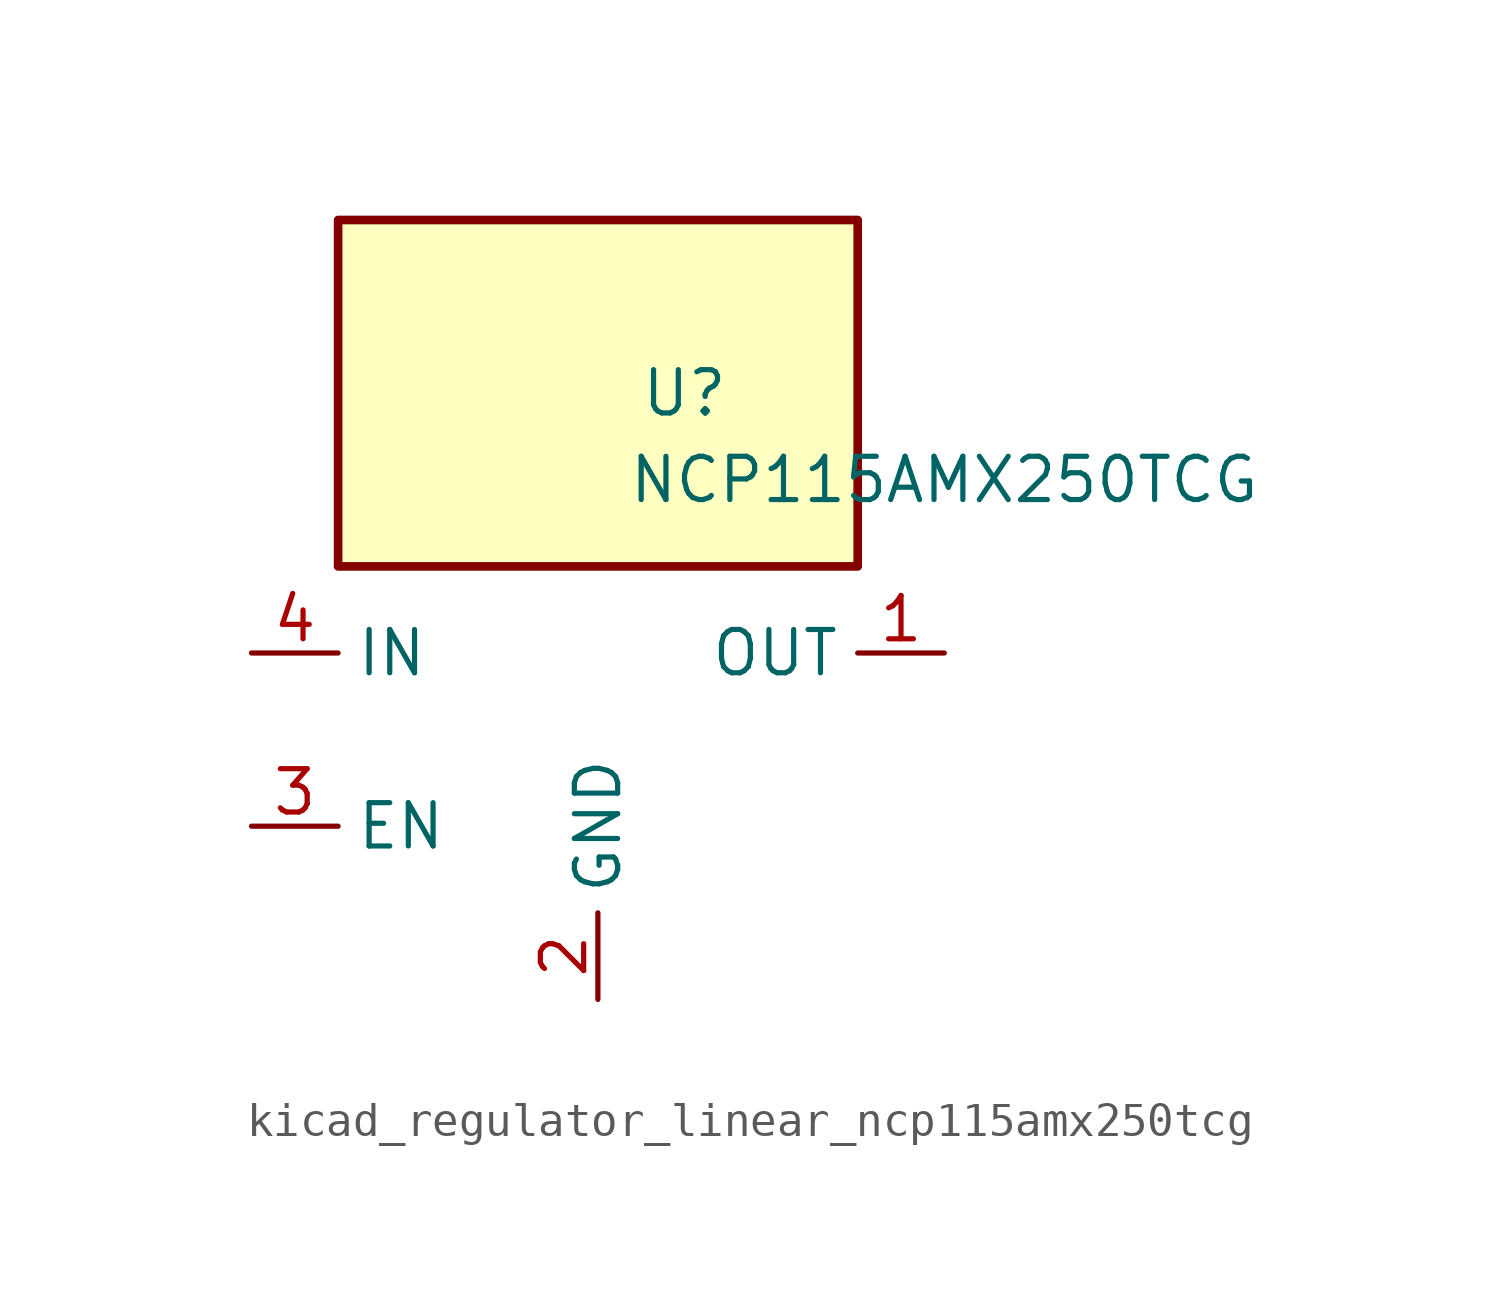
<source format=kicad_sym>
(kicad_symbol_lib
  (version 20220914)
  (generator kicad_symbol_editor)
  (symbol "kicad_regulator_linear_ncp115amx250tcg"
    (property "Reference" "U"
      (at 2.54 10.16 0)
      (effects (font (size 1.27 1.27))))
    (property "Value" "NCP115AMX250TCG"
      (at 10.16 7.62 0)
      (effects (font (size 1.27 1.27))))
    (symbol "kicad_regulator_linear_ncp115amx250tcg_0_1"
      (rectangle (start 7.62 15.24) (end -7.62 5.08) (stroke (width 0.254) (type default)) (fill (type background))))
    (symbol "kicad_regulator_linear_ncp115amx250tcg_1_1"
      (pin power_out line (at 10.16 2.54 180) (length 2.54) (name "OUT" (effects (font (size 1.27 1.27)))) (number "1" (effects (font (size 1.27 1.27)))))
      (pin power_in line (at 0 -7.62 90) (length 2.54) (name "GND" (effects (font (size 1.27 1.27)))) (number "2" (effects (font (size 1.27 1.27)))))
      (pin input line (at -10.16 -2.54 0) (length 2.54) (name "EN" (effects (font (size 1.27 1.27)))) (number "3" (effects (font (size 1.27 1.27)))))
      (pin power_in line (at -10.16 2.54 0) (length 2.54) (name "IN" (effects (font (size 1.27 1.27)))) (number "4" (effects (font (size 1.27 1.27)))))
      (pin passive line (at 0 -7.62 90) (length 2.54) hide (name "GND" (effects (font (size 1.27 1.27)))) (number "5" (effects (font (size 1.27 1.27))))))))
</source>
